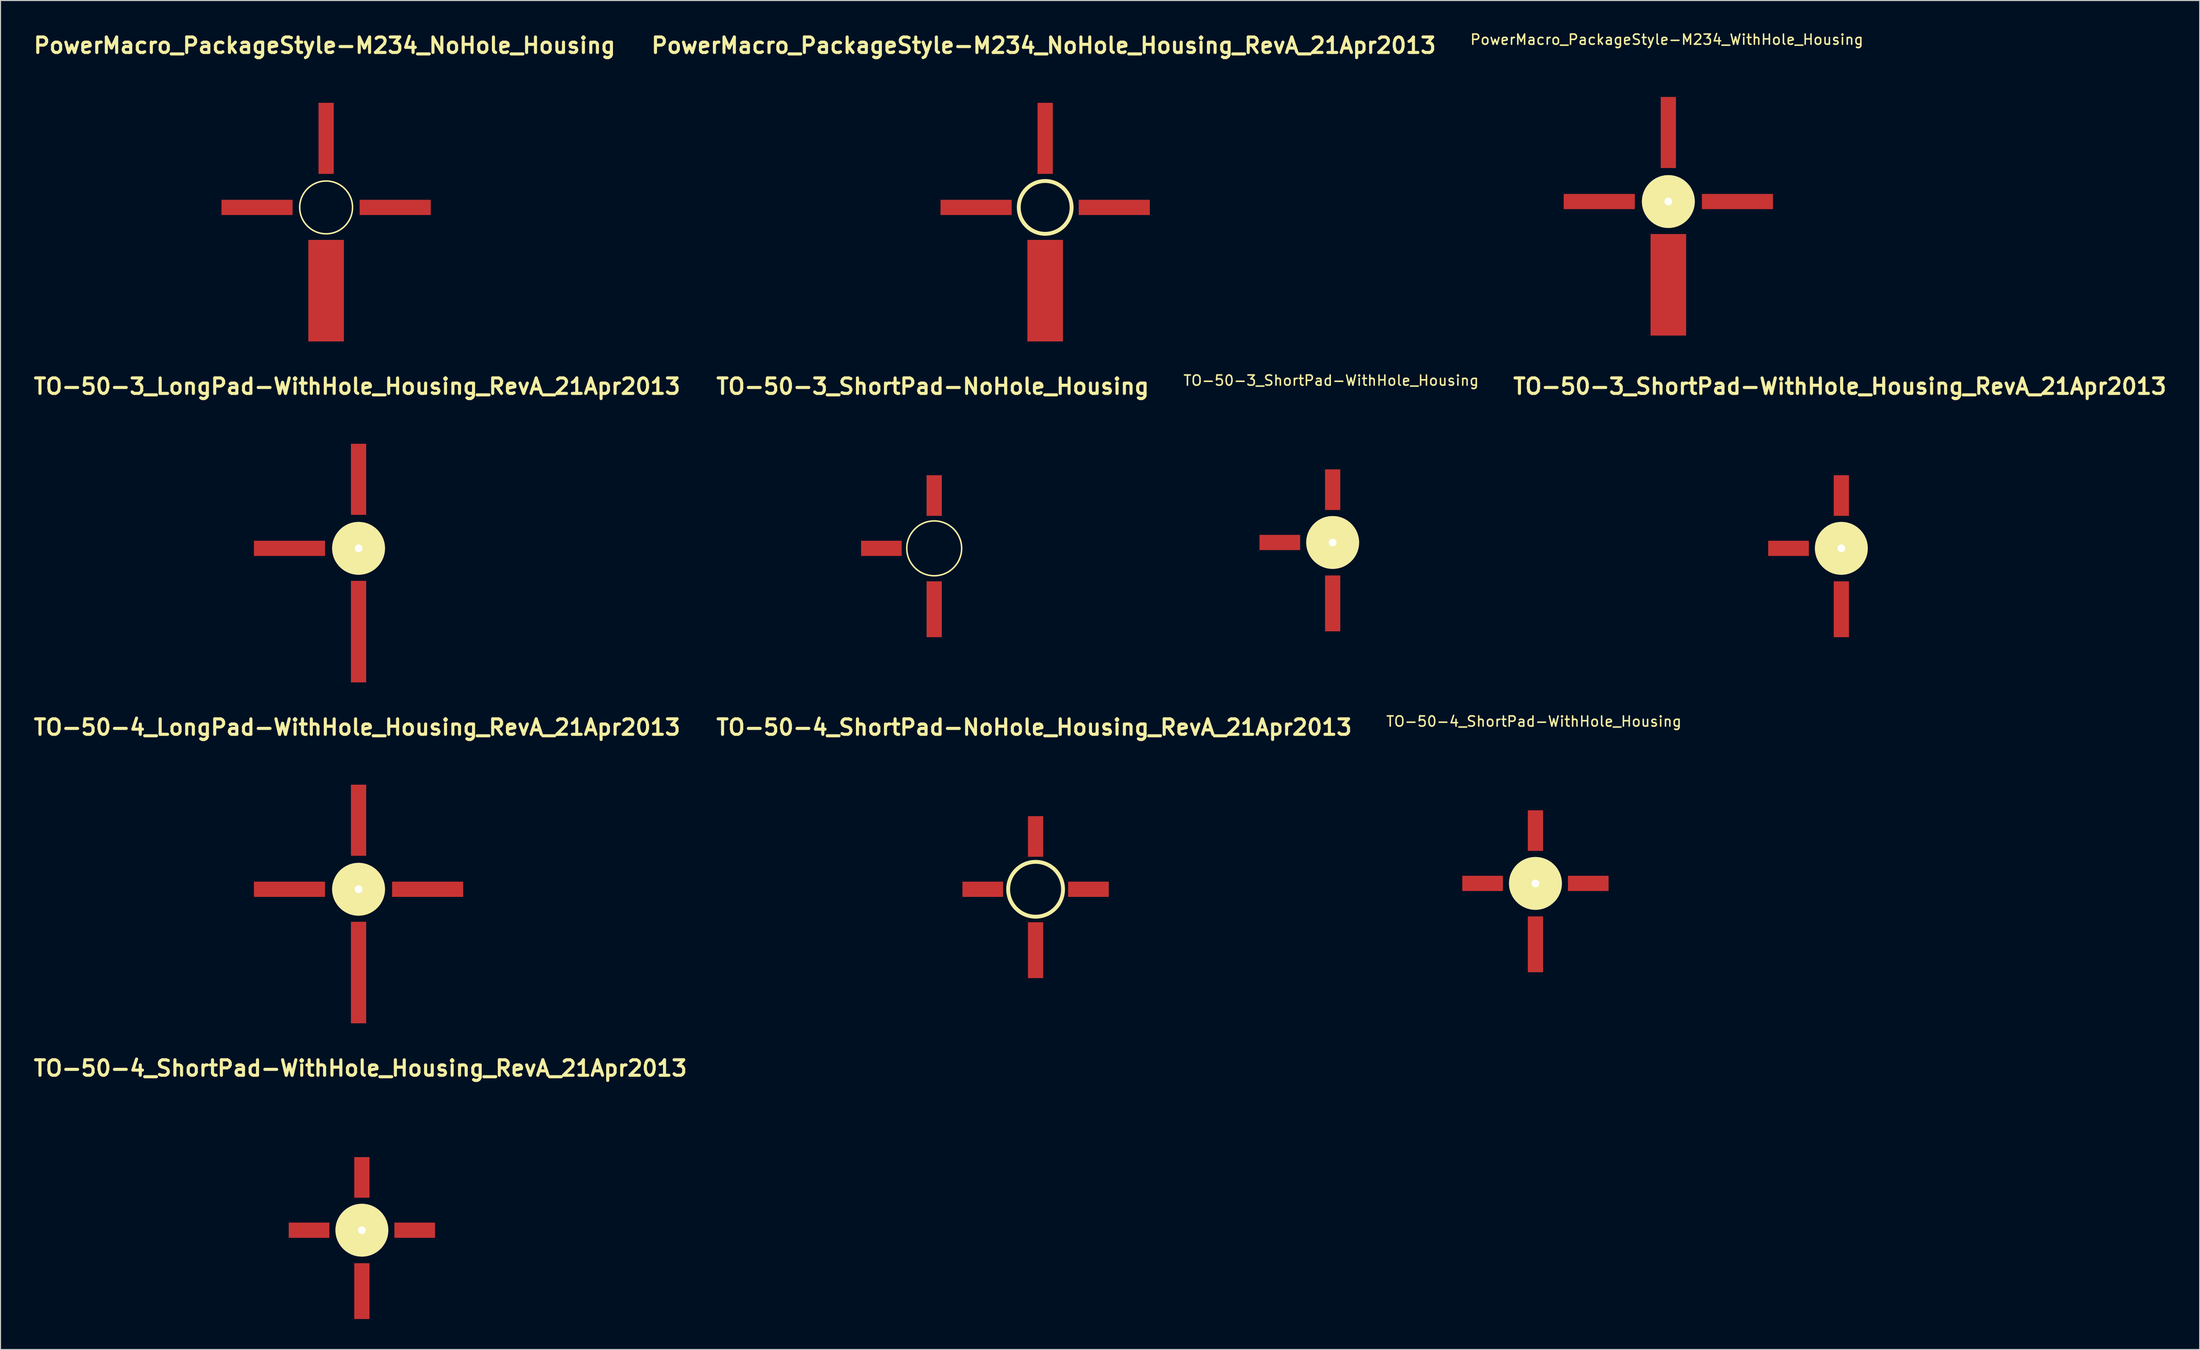
<source format=kicad_pcb>
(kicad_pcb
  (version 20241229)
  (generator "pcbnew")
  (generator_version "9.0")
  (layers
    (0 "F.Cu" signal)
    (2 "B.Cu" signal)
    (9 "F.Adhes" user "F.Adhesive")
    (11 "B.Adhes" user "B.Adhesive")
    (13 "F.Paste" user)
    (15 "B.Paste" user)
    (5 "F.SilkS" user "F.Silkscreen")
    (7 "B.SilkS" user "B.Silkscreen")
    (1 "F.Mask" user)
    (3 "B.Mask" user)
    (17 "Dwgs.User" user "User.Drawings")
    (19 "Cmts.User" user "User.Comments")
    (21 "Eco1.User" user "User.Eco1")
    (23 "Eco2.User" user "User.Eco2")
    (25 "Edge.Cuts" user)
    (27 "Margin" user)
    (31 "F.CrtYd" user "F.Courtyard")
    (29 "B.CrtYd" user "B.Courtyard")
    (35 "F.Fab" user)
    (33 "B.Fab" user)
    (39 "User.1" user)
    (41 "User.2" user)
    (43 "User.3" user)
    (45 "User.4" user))
  (footprint "TO-50-3_ShortPad-WithHole_Housing"
    (layer "F.Cu")
    (at 128.117 50.375)
    (property "Reference" "TO-50-3_ShortPad-WithHole_Housing" (at -0.15 -15.95 0) (layer "F.SilkS") (effects (font (size 1 1) (thickness 0.15))))
    (attr smd)
    (pad "" np_thru_hole circle (at 0 0) (size 5.2 5.2) (drill 0.762) (layers "*.Cu" "*.Mask" "F.SilkS"))
    (pad "1" smd rect (at 0 -5.2) (size 1.5 4) (layers "F.Cu" "F.Mask" "F.Paste"))
    (pad "2" smd rect (at -5.2 0) (size 4 1.5) (layers "F.Cu" "F.Mask" "F.Paste"))
    (pad "3" smd rect (at 0 6) (size 1.5 5.5) (layers "F.Cu" "F.Mask" "F.Paste")))
  (footprint "TO-50-4_ShortPad-WithHole_Housing_RevA_21Apr2013"
    (layer "F.Cu")
    (at 32.568 118.106)
    (property "Reference" "TO-50-4_ShortPad-WithHole_Housing_RevA_21Apr2013" (at -0.15 -15.95 0) (layer "F.SilkS") (effects (font (size 1.524 1.524) (thickness 0.305))))
    (attr smd)
    (pad "" np_thru_hole circle (at 0 0) (size 5.2 5.2) (drill 0.762) (layers "*.Cu" "*.Mask" "F.SilkS"))
    (pad "1" smd rect (at 0 -5.2) (size 1.5 4) (layers "F.Cu" "F.Mask" "F.Paste"))
    (pad "2" smd rect (at -5.2 0) (size 4 1.5) (layers "F.Cu" "F.Mask" "F.Paste"))
    (pad "3" smd rect (at 0 6) (size 1.5 5.5) (layers "F.Cu" "F.Mask" "F.Paste"))
    (pad "4" smd rect (at 5.2 0) (size 4 1.5) (layers "F.Cu" "F.Mask" "F.Paste")))
  (footprint "PowerMacro_PackageStyle-M234_NoHole_Housing_RevA_21Apr2013"
    (layer "F.Cu")
    (at 99.822 17.376)
    (property "Reference" "PowerMacro_PackageStyle-M234_NoHole_Housing_RevA_21Apr2013" (at -0.15 -15.95 0) (layer "F.SilkS") (effects (font (size 1.524 1.524) (thickness 0.305))))
    (attr smd)
    (fp_circle (center 0 0) (end 2.6 0) (stroke (width 0.381) (type solid)) (fill no) (layer "F.SilkS"))
    (pad "1" smd rect (at 0 -6.8) (size 1.5 7) (layers "F.Cu" "F.Mask" "F.Paste"))
    (pad "2" smd rect (at -6.8 0) (size 7 1.5) (layers "F.Cu" "F.Mask" "F.Paste"))
    (pad "3" smd rect (at 0 8.2) (size 3.5 10) (layers "F.Cu" "F.Mask" "F.Paste"))
    (pad "4" smd rect (at 6.8 0) (size 7 1.5) (layers "F.Cu" "F.Mask" "F.Paste")))
  (footprint "TO-50-4_ShortPad-NoHole_Housing_RevA_21Apr2013"
    (layer "F.Cu")
    (at 98.879 84.529)
    (property "Reference" "TO-50-4_ShortPad-NoHole_Housing_RevA_21Apr2013" (at -0.15 -15.95 0) (layer "F.SilkS") (effects (font (size 1.524 1.524) (thickness 0.305))))
    (attr smd)
    (fp_circle (center 0 0) (end 2.7 0) (stroke (width 0.381) (type solid)) (fill no) (layer "F.SilkS"))
    (pad "1" smd rect (at 0 -5.2) (size 1.5 4) (layers "F.Cu" "F.Mask" "F.Paste"))
    (pad "2" smd rect (at -5.2 0) (size 4 1.5) (layers "F.Cu" "F.Mask" "F.Paste"))
    (pad "3" smd rect (at 0 6) (size 1.5 5.5) (layers "F.Cu" "F.Mask" "F.Paste"))
    (pad "4" smd rect (at 5.2 0) (size 4 1.5) (layers "F.Cu" "F.Mask" "F.Paste")))
  (footprint "TO-50-3_ShortPad-WithHole_Housing_RevA_21Apr2013"
    (layer "F.Cu")
    (at 178.184 50.953)
    (property "Reference" "TO-50-3_ShortPad-WithHole_Housing_RevA_21Apr2013" (at -0.15 -15.95 0) (layer "F.SilkS") (effects (font (size 1.524 1.524) (thickness 0.305))))
    (attr smd)
    (pad "" np_thru_hole circle (at 0 0) (size 5.2 5.2) (drill 0.762) (layers "*.Cu" "*.Mask" "F.SilkS"))
    (pad "1" smd rect (at 0 -5.2) (size 1.5 4) (layers "F.Cu" "F.Mask" "F.Paste"))
    (pad "2" smd rect (at -5.2 0) (size 4 1.5) (layers "F.Cu" "F.Mask" "F.Paste"))
    (pad "3" smd rect (at 0 6) (size 1.5 5.5) (layers "F.Cu" "F.Mask" "F.Paste")))
  (footprint "TO-50-3_LongPad-WithHole_Housing_RevA_21Apr2013"
    (layer "F.Cu")
    (at 32.241 50.953)
    (property "Reference" "TO-50-3_LongPad-WithHole_Housing_RevA_21Apr2013" (at -0.15 -15.95 0) (layer "F.SilkS") (effects (font (size 1.524 1.524) (thickness 0.305))))
    (attr smd)
    (pad "" np_thru_hole circle (at 0 0) (size 5.2 5.2) (drill 0.762) (layers "*.Cu" "*.Mask" "F.SilkS"))
    (pad "1" smd rect (at 0 -6.8) (size 1.5 7) (layers "F.Cu" "F.Mask" "F.Paste"))
    (pad "2" smd rect (at -6.8 0) (size 7 1.5) (layers "F.Cu" "F.Mask" "F.Paste"))
    (pad "3" smd rect (at 0 8.2) (size 1.5 10) (layers "F.Cu" "F.Mask" "F.Paste")))
  (footprint "TO-50-4_LongPad-WithHole_Housing_RevA_21Apr2013"
    (layer "F.Cu")
    (at 32.241 84.529)
    (property "Reference" "TO-50-4_LongPad-WithHole_Housing_RevA_21Apr2013" (at -0.15 -15.95 0) (layer "F.SilkS") (effects (font (size 1.524 1.524) (thickness 0.305))))
    (attr smd)
    (pad "" np_thru_hole circle (at 0 0) (size 5.2 5.2) (drill 0.762) (layers "*.Cu" "*.Mask" "F.SilkS"))
    (pad "1" smd rect (at 0 -6.8) (size 1.5 7) (layers "F.Cu" "F.Mask" "F.Paste"))
    (pad "2" smd rect (at -6.8 0) (size 7 1.5) (layers "F.Cu" "F.Mask" "F.Paste"))
    (pad "3" smd rect (at 0 8.2) (size 1.5 10) (layers "F.Cu" "F.Mask" "F.Paste"))
    (pad "4" smd rect (at 6.8 0) (size 7 1.5) (layers "F.Cu" "F.Mask" "F.Paste")))
  (footprint "PowerMacro_PackageStyle-M234_WithHole_Housing"
    (layer "F.Cu")
    (at 161.157 16.798)
    (property "Reference" "PowerMacro_PackageStyle-M234_WithHole_Housing" (at -0.15 -15.95 0) (layer "F.SilkS") (effects (font (size 1 1) (thickness 0.15))))
    (attr smd)
    (pad "" np_thru_hole circle (at 0 0) (size 5.2 5.2) (drill 0.762) (layers "*.Cu" "*.Mask" "F.SilkS"))
    (pad "1" smd rect (at 0 -6.8) (size 1.5 7) (layers "F.Cu" "F.Mask" "F.Paste"))
    (pad "2" smd rect (at -6.8 0) (size 7 1.5) (layers "F.Cu" "F.Mask" "F.Paste"))
    (pad "3" smd rect (at 0 8.2) (size 3.5 10) (layers "F.Cu" "F.Mask" "F.Paste"))
    (pad "4" smd rect (at 6.8 0) (size 7 1.5) (layers "F.Cu" "F.Mask" "F.Paste")))
  (footprint "PowerMacro_PackageStyle-M234_NoHole_Housing"
    (layer "F.Cu")
    (at 29.048 17.376)
    (property "Reference" "PowerMacro_PackageStyle-M234_NoHole_Housing" (at -0.15 -15.95 0) (layer "F.SilkS") (effects (font (size 1.524 1.524) (thickness 0.305))))
    (attr smd)
    (fp_circle (center 0 0) (end 2.6 0) (stroke (width 0.15) (type solid)) (fill no) (layer "F.SilkS"))
    (pad "1" smd rect (at 0 -6.8) (size 1.5 7) (layers "F.Cu" "F.Mask" "F.Paste"))
    (pad "2" smd rect (at -6.8 0) (size 7 1.5) (layers "F.Cu" "F.Mask" "F.Paste"))
    (pad "3" smd rect (at 0 8.2) (size 3.5 10) (layers "F.Cu" "F.Mask" "F.Paste"))
    (pad "4" smd rect (at 6.8 0) (size 7 1.5) (layers "F.Cu" "F.Mask" "F.Paste")))
  (footprint "TO-50-3_ShortPad-NoHole_Housing"
    (layer "F.Cu")
    (at 88.9 50.953)
    (property "Reference" "TO-50-3_ShortPad-NoHole_Housing" (at -0.15 -15.95 0) (layer "F.SilkS") (effects (font (size 1.524 1.524) (thickness 0.305))))
    (attr smd)
    (fp_circle (center 0 0) (end 2.7 0) (stroke (width 0.15) (type solid)) (fill no) (layer "F.SilkS"))
    (pad "1" smd rect (at 0 -5.2) (size 1.5 4) (layers "F.Cu" "F.Mask" "F.Paste"))
    (pad "2" smd rect (at -5.2 0) (size 4 1.5) (layers "F.Cu" "F.Mask" "F.Paste"))
    (pad "3" smd rect (at 0 6) (size 1.5 5.5) (layers "F.Cu" "F.Mask" "F.Paste")))
  (footprint "TO-50-4_ShortPad-WithHole_Housing"
    (layer "F.Cu")
    (at 148.075 83.951)
    (property "Reference" "TO-50-4_ShortPad-WithHole_Housing" (at -0.15 -15.95 0) (layer "F.SilkS") (effects (font (size 1 1) (thickness 0.15))))
    (attr smd)
    (pad "" np_thru_hole circle (at 0 0) (size 5.2 5.2) (drill 0.762) (layers "*.Cu" "*.Mask" "F.SilkS"))
    (pad "1" smd rect (at 0 -5.2) (size 1.5 4) (layers "F.Cu" "F.Mask" "F.Paste"))
    (pad "2" smd rect (at -5.2 0) (size 4 1.5) (layers "F.Cu" "F.Mask" "F.Paste"))
    (pad "3" smd rect (at 0 6) (size 1.5 5.5) (layers "F.Cu" "F.Mask" "F.Paste"))
    (pad "4" smd rect (at 5.2 0) (size 4 1.5) (layers "F.Cu" "F.Mask" "F.Paste")))
  (gr_rect
    (start -3 -3)
    (end 213.452 129.856)
    (stroke (width 0.1) (type default))
    (fill no)
    (layer "Edge.Cuts")))
</source>
